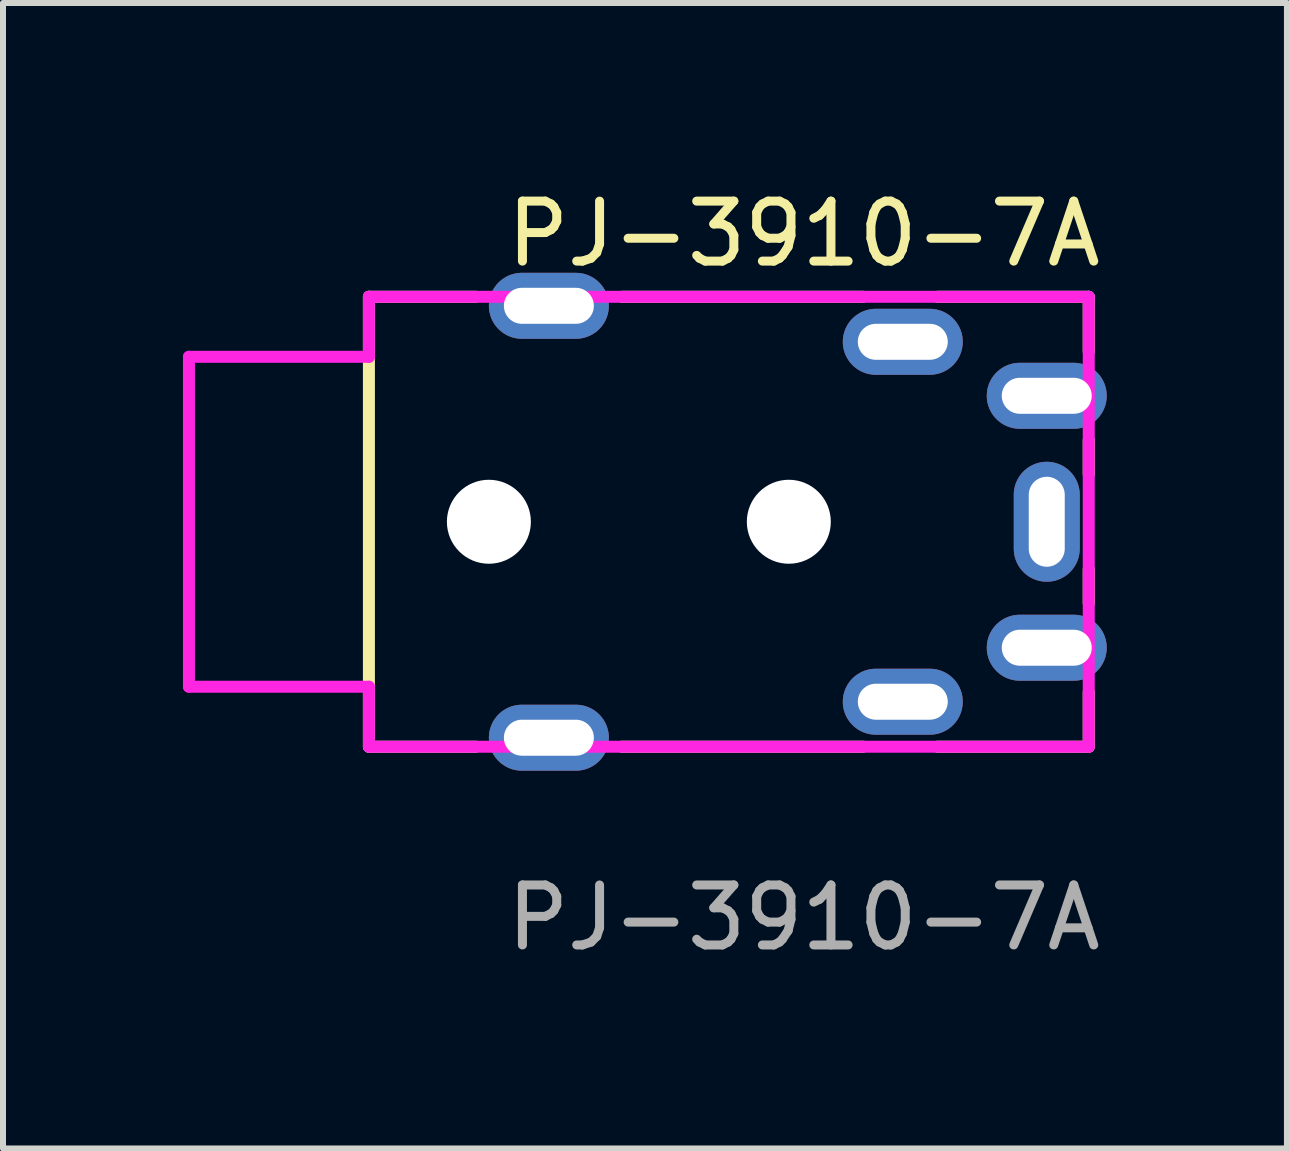
<source format=kicad_pcb>
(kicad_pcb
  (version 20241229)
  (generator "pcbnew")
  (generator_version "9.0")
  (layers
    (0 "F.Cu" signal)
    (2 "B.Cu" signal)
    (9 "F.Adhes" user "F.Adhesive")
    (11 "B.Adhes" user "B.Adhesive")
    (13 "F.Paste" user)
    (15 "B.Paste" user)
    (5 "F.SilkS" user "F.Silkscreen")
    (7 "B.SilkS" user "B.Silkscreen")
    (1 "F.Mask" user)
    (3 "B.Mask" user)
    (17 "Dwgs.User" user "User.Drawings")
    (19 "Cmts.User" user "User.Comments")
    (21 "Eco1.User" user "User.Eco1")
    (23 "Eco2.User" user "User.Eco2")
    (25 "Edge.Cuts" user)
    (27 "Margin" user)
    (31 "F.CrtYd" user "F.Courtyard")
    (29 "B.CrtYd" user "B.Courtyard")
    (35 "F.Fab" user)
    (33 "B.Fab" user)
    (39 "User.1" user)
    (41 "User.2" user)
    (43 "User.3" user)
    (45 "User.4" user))
  (footprint "PJ-3910-7A"
    (layer "F.Cu")
    (at 10.35 5.648)
    (property "Reference" "PJ-3910-7A" (at 0 -4.8 0) (unlocked yes) (layer "F.SilkS") (effects (font (size 1 1) (thickness 0.15))))
    (attr through_hole)
    (fp_line (start -7.25 -3.75) (end -7.25 3.75) (stroke (width 0.2) (type solid)) (layer "F.SilkS"))
    (fp_line (start -7.25 -3.75) (end -5.467 -3.75) (stroke (width 0.2) (type solid)) (layer "F.SilkS"))
    (fp_line (start -7.25 3.75) (end -5.467 3.75) (stroke (width 0.2) (type solid)) (layer "F.SilkS"))
    (fp_line (start -3.033 -3.75) (end 0.988 -3.75) (stroke (width 0.2) (type solid)) (layer "F.SilkS"))
    (fp_line (start -3.033 3.75) (end 0.988 3.75) (stroke (width 0.2) (type solid)) (layer "F.SilkS"))
    (fp_line (start 2.231 -3.75) (end 4.75 -3.75) (stroke (width 0.2) (type solid)) (layer "F.SilkS"))
    (fp_line (start 2.231 3.75) (end 4.75 3.75) (stroke (width 0.2) (type solid)) (layer "F.SilkS"))
    (fp_line (start 4.75 -2.84) (end 4.75 -3.75) (stroke (width 0.2) (type solid)) (layer "F.SilkS"))
    (fp_line (start 4.75 -0.793) (end 4.75 -1.36) (stroke (width 0.2) (type solid)) (layer "F.SilkS"))
    (fp_line (start 4.75 0.793) (end 4.75 1.36) (stroke (width 0.2) (type solid)) (layer "F.SilkS"))
    (fp_line (start 4.75 2.84) (end 4.75 3.75) (stroke (width 0.2) (type solid)) (layer "F.SilkS"))
    (fp_line (start -10.25 -2.75) (end -10.25 2.75) (stroke (width 0.2) (type solid)) (layer "F.CrtYd"))
    (fp_line (start -7.25 -3.75) (end -7.25 -2.75) (stroke (width 0.2) (type solid)) (layer "F.CrtYd"))
    (fp_line (start -7.25 -3.75) (end 4.75 -3.75) (stroke (width 0.2) (type solid)) (layer "F.CrtYd"))
    (fp_line (start -7.25 -2.75) (end -10.25 -2.75) (stroke (width 0.2) (type solid)) (layer "F.CrtYd"))
    (fp_line (start -7.25 2.75) (end -10.25 2.75) (stroke (width 0.2) (type solid)) (layer "F.CrtYd"))
    (fp_line (start -7.25 2.75) (end -7.25 3.75) (stroke (width 0.2) (type solid)) (layer "F.CrtYd"))
    (fp_line (start -7.25 3.75) (end 4.75 3.75) (stroke (width 0.2) (type solid)) (layer "F.CrtYd"))
    (fp_line (start 4.75 3.75) (end 4.75 -3.75) (stroke (width 0.2) (type solid)) (layer "F.CrtYd"))
    (fp_text user "${REFERENCE}" (at 0 6.6 0) (unlocked yes) (layer "F.Fab") (effects (font (size 1 1) (thickness 0.15))))
    (pad "" np_thru_hole circle (at -5.25 0) (size 1.4 1.4) (drill 1.4) (layers "*.Cu"))
    (pad "" np_thru_hole circle (at -0.25 0) (size 1.4 1.4) (drill 1.4) (layers "*.Cu"))
    (pad "R1" thru_hole oval (at 1.65 3) (size 2 1.1) (drill oval 1.5 0.6) (layers "*.Cu" "*.Mask"))
    (pad "R1N" thru_hole oval (at 4.05 2.1) (size 2 1.1) (drill oval 1.5 0.6) (layers "*.Cu" "*.Mask"))
    (pad "R2" thru_hole oval (at -4.25 -3.6) (size 2 1.1) (drill oval 1.5 0.6) (layers "*.Cu" "*.Mask"))
    (pad "R2" thru_hole oval (at -4.25 3.6) (size 2 1.1) (drill oval 1.5 0.6) (layers "*.Cu" "*.Mask"))
    (pad "S" thru_hole oval (at 4.05 0 90) (size 2 1.1) (drill oval 1.5 0.6) (layers "*.Cu" "*.Mask"))
    (pad "T" thru_hole oval (at 1.65 -3) (size 2 1.1) (drill oval 1.5 0.6) (layers "*.Cu" "*.Mask"))
    (pad "TN" thru_hole oval (at 4.05 -2.1) (size 2 1.1) (drill oval 1.5 0.6) (layers "*.Cu" "*.Mask")))
  (gr_rect
    (start -3 -3)
    (end 18.404 16.096)
    (stroke (width 0.1) (type default))
    (fill no)
    (layer "Edge.Cuts")))
</source>
